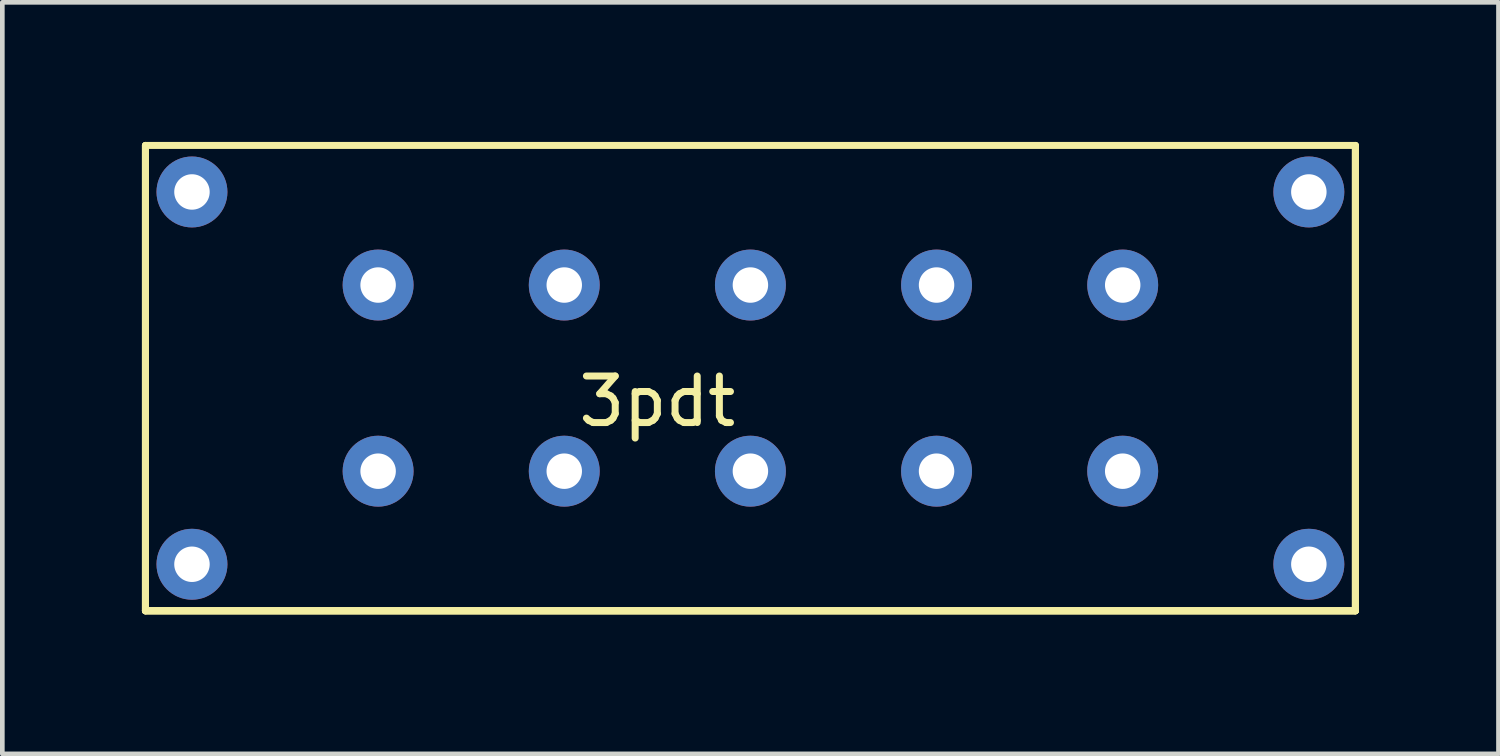
<source format=kicad_pcb>
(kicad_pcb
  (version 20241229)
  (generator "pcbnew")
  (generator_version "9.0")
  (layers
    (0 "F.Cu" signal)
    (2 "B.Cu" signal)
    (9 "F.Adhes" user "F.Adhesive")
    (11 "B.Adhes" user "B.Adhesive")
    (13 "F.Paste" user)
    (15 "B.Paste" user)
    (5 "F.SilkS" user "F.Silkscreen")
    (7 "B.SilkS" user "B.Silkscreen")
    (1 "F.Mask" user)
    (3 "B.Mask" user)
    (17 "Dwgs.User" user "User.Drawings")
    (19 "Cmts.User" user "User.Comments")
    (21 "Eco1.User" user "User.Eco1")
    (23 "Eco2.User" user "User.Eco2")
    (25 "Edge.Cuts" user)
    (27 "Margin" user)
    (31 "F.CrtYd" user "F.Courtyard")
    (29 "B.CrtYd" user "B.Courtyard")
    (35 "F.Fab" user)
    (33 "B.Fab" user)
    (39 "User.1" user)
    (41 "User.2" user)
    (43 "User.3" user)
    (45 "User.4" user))
  (footprint "3pdt"
    (layer "F.Cu")
    (at 11.075 5.075)
    (property "Reference" "3pdt" (at 0 0.5 0) (layer "F.SilkS") (effects (font (size 1 1) (thickness 0.15))))
    (attr through_hole)
    (fp_line (start -11 -5) (end -11 5) (stroke (width 0.15) (type solid)) (layer "F.SilkS"))
    (fp_line (start -11 -5) (end 15 -5) (stroke (width 0.15) (type solid)) (layer "F.SilkS"))
    (fp_line (start -11 5) (end -11 -5) (stroke (width 0.15) (type solid)) (layer "F.SilkS"))
    (fp_line (start -11 5) (end 15 5) (stroke (width 0.15) (type solid)) (layer "F.SilkS"))
    (fp_line (start -11 5) (end 15 5) (stroke (width 0.15) (type solid)) (layer "F.SilkS"))
    (fp_line (start 15 -5) (end 15 5) (stroke (width 0.15) (type solid)) (layer "F.SilkS"))
    (fp_line (start 15 5) (end -11 5) (stroke (width 0.15) (type solid)) (layer "F.SilkS"))
    (fp_line (start 15 5) (end -11 5) (stroke (width 0.15) (type solid)) (layer "F.SilkS"))
    (fp_line (start 15 5) (end 15 -5) (stroke (width 0.15) (type solid)) (layer "F.SilkS"))
    (pad "" thru_hole circle (at -10 -4) (size 1.524 1.524) (drill 0.762) (layers "*.Cu" "*.Mask"))
    (pad "" thru_hole circle (at -10 4) (size 1.524 1.524) (drill 0.762) (layers "*.Cu" "*.Mask"))
    (pad "" thru_hole circle (at 14 -4) (size 1.524 1.524) (drill 0.762) (layers "*.Cu" "*.Mask"))
    (pad "" thru_hole circle (at 14 4) (size 1.524 1.524) (drill 0.762) (layers "*.Cu" "*.Mask"))
    (pad "1" thru_hole circle (at -6 -2) (size 1.524 1.524) (drill 0.762) (layers "*.Cu" "*.Mask"))
    (pad "2" thru_hole circle (at -2 -2) (size 1.524 1.524) (drill 0.762) (layers "*.Cu" "*.Mask"))
    (pad "3" thru_hole circle (at 2 -2) (size 1.524 1.524) (drill 0.762) (layers "*.Cu" "*.Mask"))
    (pad "4" thru_hole circle (at 6 -2) (size 1.524 1.524) (drill 0.762) (layers "*.Cu" "*.Mask"))
    (pad "5" thru_hole circle (at 10 -2) (size 1.524 1.524) (drill 0.762) (layers "*.Cu" "*.Mask"))
    (pad "6" thru_hole circle (at -6 2) (size 1.524 1.524) (drill 0.762) (layers "*.Cu" "*.Mask"))
    (pad "7" thru_hole circle (at -2 2) (size 1.524 1.524) (drill 0.762) (layers "*.Cu" "*.Mask"))
    (pad "8" thru_hole circle (at 2 2) (size 1.524 1.524) (drill 0.762) (layers "*.Cu" "*.Mask"))
    (pad "9" thru_hole circle (at 6 2) (size 1.524 1.524) (drill 0.762) (layers "*.Cu" "*.Mask"))
    (pad "10" thru_hole circle (at 10 2) (size 1.524 1.524) (drill 0.762) (layers "*.Cu" "*.Mask")))
  (gr_rect
    (start -3 -3)
    (end 29.15 13.15)
    (stroke (width 0.1) (type default))
    (fill no)
    (layer "Edge.Cuts")))
</source>
